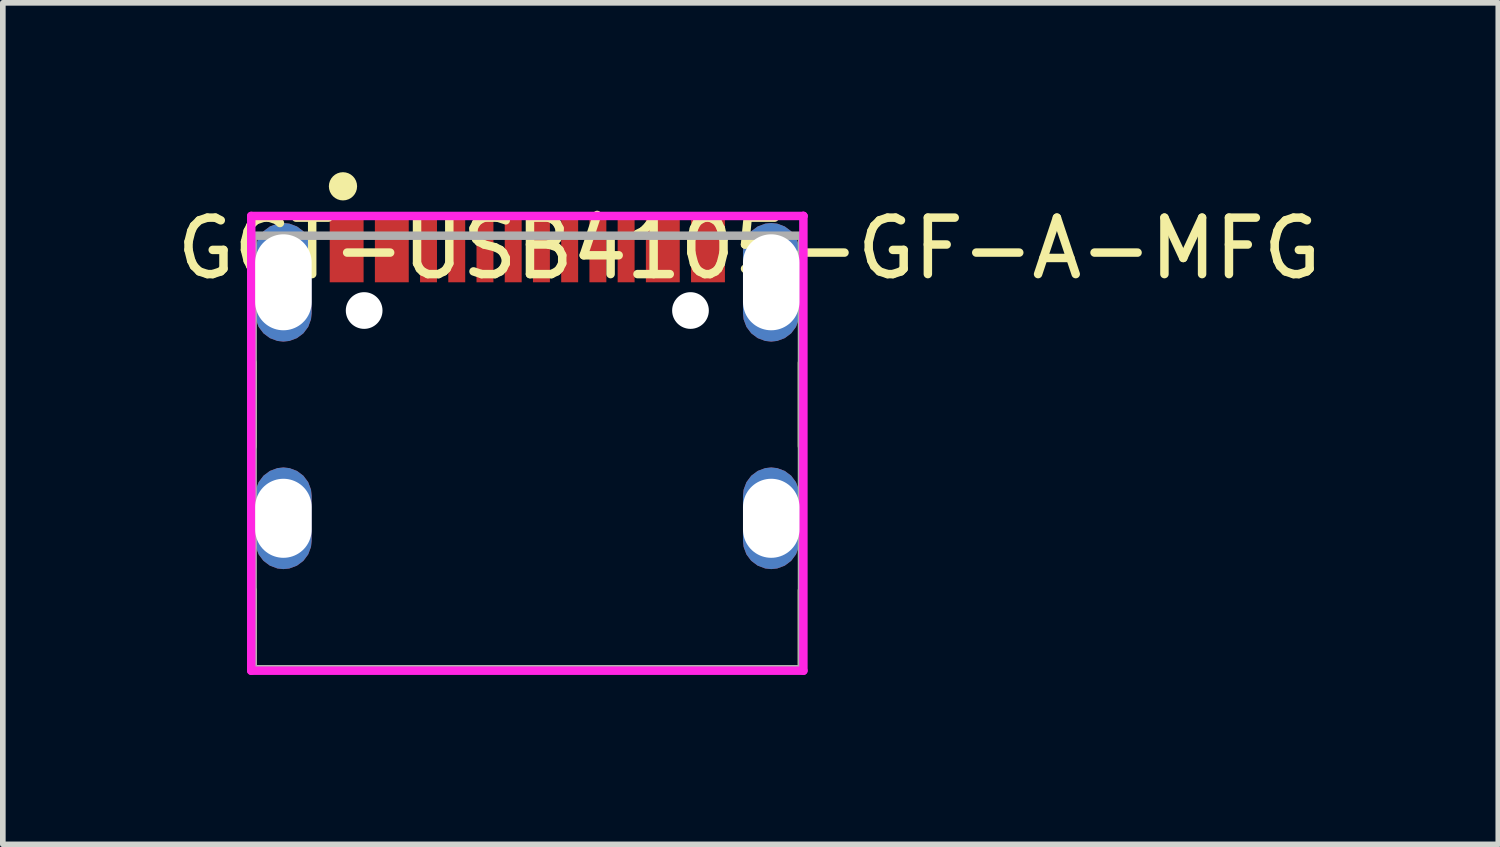
<source format=kicad_pcb>
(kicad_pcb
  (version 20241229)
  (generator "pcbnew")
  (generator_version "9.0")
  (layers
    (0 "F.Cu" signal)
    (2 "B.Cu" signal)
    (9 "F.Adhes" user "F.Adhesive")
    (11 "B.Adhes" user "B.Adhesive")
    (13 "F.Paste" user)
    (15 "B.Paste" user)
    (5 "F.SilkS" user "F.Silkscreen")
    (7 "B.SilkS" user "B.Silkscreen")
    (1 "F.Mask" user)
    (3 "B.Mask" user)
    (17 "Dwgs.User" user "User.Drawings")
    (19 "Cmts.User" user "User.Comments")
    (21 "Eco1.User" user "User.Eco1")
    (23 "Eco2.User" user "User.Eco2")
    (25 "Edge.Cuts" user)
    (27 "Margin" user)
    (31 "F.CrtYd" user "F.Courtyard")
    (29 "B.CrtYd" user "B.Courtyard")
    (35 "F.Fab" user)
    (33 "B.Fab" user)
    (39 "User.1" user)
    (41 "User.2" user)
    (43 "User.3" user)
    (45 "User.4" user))
  (footprint "GCT-USB4105-GF-A-MFG"
    (layer "F.Cu")
    (at 6.29 4.965)
    (property "Reference" "GCT-USB4105-GF-A-MFG" (at -6.29 -3.615 0) (layer "F.SilkS") (effects (font (size 1 1) (thickness 0.15)) (justify left)))
    (attr through_hole)
    (fp_line (start -4.865 -0.11) (end -4.865 -1.59) (stroke (width 0.15) (type solid)) (layer "F.SilkS"))
    (fp_line (start -4.865 3.84) (end -4.865 2.44) (stroke (width 0.15) (type solid)) (layer "F.SilkS"))
    (fp_line (start -4.865 3.84) (end 4.865 3.84) (stroke (width 0.15) (type solid)) (layer "F.SilkS"))
    (fp_line (start 4.865 -0.11) (end 4.865 -1.59) (stroke (width 0.15) (type solid)) (layer "F.SilkS"))
    (fp_line (start 4.865 3.84) (end 4.865 2.44) (stroke (width 0.15) (type solid)) (layer "F.SilkS"))
    (fp_circle (center -3.265 -4.715) (end -3.14 -4.715) (stroke (width 0.25) (type solid)) (fill no) (layer "F.SilkS"))
    (fp_line (start -4.89 -4.19) (end -4.89 3.865) (stroke (width 0.15) (type solid)) (layer "F.CrtYd"))
    (fp_line (start -4.89 3.865) (end 4.89 3.865) (stroke (width 0.15) (type solid)) (layer "F.CrtYd"))
    (fp_line (start 4.89 -4.19) (end -4.89 -4.19) (stroke (width 0.15) (type solid)) (layer "F.CrtYd"))
    (fp_line (start 4.89 -4.19) (end 4.89 -4.19) (stroke (width 0.15) (type solid)) (layer "F.CrtYd"))
    (fp_line (start 4.89 3.865) (end 4.89 -4.19) (stroke (width 0.15) (type solid)) (layer "F.CrtYd"))
    (fp_line (start -4.865 -3.84) (end 4.865 -3.84) (stroke (width 0.15) (type solid)) (layer "F.Fab"))
    (fp_line (start -4.865 3.84) (end -4.865 -3.84) (stroke (width 0.15) (type solid)) (layer "F.Fab"))
    (fp_line (start 4.865 -3.84) (end 4.865 3.84) (stroke (width 0.15) (type solid)) (layer "F.Fab"))
    (fp_line (start 4.865 3.84) (end -4.865 3.84) (stroke (width 0.15) (type solid)) (layer "F.Fab"))
    (pad "" np_thru_hole circle (at -2.89 -2.515) (size 0.65 0.65) (drill 0.65) (layers "*.Cu" "*.Mask"))
    (pad "" np_thru_hole circle (at 2.89 -2.515) (size 0.65 0.65) (drill 0.65) (layers "*.Cu" "*.Mask"))
    (pad "1" thru_hole roundrect (at -4.32 -3.015) (size 1 2.1) (drill oval 1.7) (layers "*.Cu") (roundrect_rratio 0.5))
    (pad "2" thru_hole roundrect (at 4.32 -3.015) (size 1 2.1) (drill oval 1.7) (layers "*.Cu") (roundrect_rratio 0.5))
    (pad "3" thru_hole roundrect (at -4.32 1.165) (size 1 1.8) (drill oval 1.4) (layers "*.Cu") (roundrect_rratio 0.5))
    (pad "4" thru_hole roundrect (at 4.32 1.165) (size 1 1.8) (drill oval 1.4) (layers "*.Cu") (roundrect_rratio 0.5))
    (pad "A1-B12" smd rect (at -3.2 -3.59) (size 0.6 1.15) (layers "F.Cu" "F.Mask" "F.Paste"))
    (pad "A4-B9" smd rect (at -2.4 -3.59) (size 0.6 1.15) (layers "F.Cu" "F.Mask" "F.Paste"))
    (pad "A5" smd rect (at -1.25 -3.59) (size 0.3 1.15) (layers "F.Cu" "F.Mask" "F.Paste"))
    (pad "A6" smd rect (at -0.25 -3.59) (size 0.3 1.15) (layers "F.Cu" "F.Mask" "F.Paste"))
    (pad "A7" smd rect (at 0.25 -3.59) (size 0.3 1.15) (layers "F.Cu" "F.Mask" "F.Paste"))
    (pad "A8" smd rect (at 1.25 -3.59) (size 0.3 1.15) (layers "F.Cu" "F.Mask" "F.Paste"))
    (pad "B1-A12" smd rect (at 3.2 -3.59) (size 0.6 1.15) (layers "F.Cu" "F.Mask" "F.Paste"))
    (pad "B4-A9" smd rect (at 2.4 -3.59) (size 0.6 1.15) (layers "F.Cu" "F.Mask" "F.Paste"))
    (pad "B5" smd rect (at 1.75 -3.59) (size 0.3 1.15) (layers "F.Cu" "F.Mask" "F.Paste"))
    (pad "B6" smd rect (at 0.75 -3.59) (size 0.3 1.15) (layers "F.Cu" "F.Mask" "F.Paste"))
    (pad "B7" smd rect (at -0.75 -3.59) (size 0.3 1.15) (layers "F.Cu" "F.Mask" "F.Paste"))
    (pad "B8" smd rect (at -1.75 -3.59) (size 0.3 1.15) (layers "F.Cu" "F.Mask" "F.Paste")))
  (gr_rect
    (start -3 -3)
    (end 23.488 11.905)
    (stroke (width 0.1) (type default))
    (fill no)
    (layer "Edge.Cuts")))
</source>
